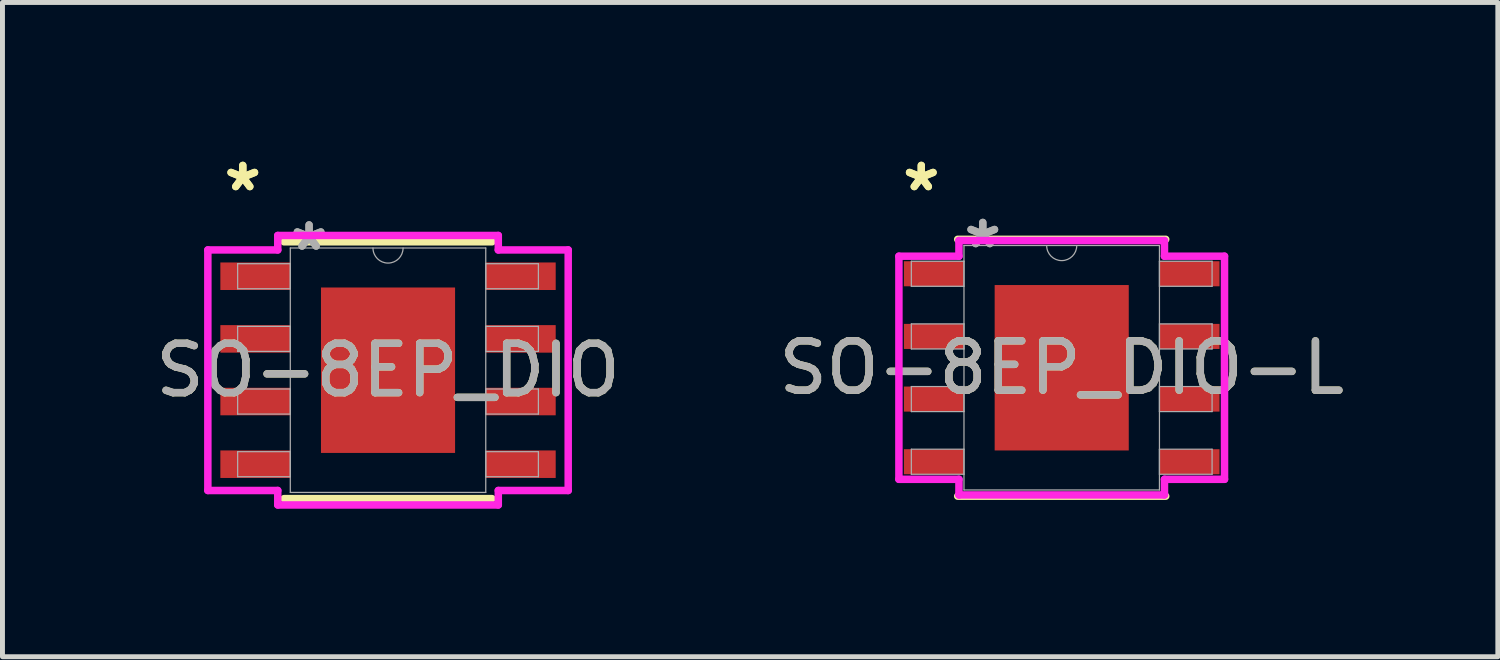
<source format=kicad_pcb>
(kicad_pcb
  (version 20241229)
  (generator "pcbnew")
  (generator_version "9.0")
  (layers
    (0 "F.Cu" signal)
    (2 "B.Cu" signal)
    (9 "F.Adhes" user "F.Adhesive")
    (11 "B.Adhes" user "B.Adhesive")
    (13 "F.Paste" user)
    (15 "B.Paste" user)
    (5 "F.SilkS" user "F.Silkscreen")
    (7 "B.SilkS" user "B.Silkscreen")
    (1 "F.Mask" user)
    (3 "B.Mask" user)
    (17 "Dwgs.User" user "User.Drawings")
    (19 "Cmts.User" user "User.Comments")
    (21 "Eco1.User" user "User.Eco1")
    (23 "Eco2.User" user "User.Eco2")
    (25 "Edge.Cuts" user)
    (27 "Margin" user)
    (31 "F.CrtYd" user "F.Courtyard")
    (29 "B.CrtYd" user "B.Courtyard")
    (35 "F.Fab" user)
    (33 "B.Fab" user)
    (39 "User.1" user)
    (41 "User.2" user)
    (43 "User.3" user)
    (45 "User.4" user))
  (footprint "SO-8EP_DIO-L"
    (layer "F.Cu")
    (at 18.47 4.404)
    (property "Reference" "SO-8EP_DIO-L" (at 0 0 0) (unlocked yes) (layer "F.SilkS") (effects (font (size 1 1) (thickness 0.15))))
    (attr smd)
    (fp_line (start -2.108 2.603) (end 2.108 2.603) (stroke (width 0.152) (type solid)) (layer "F.SilkS"))
    (fp_line (start 2.108 -2.603) (end -2.108 -2.603) (stroke (width 0.152) (type solid)) (layer "F.SilkS"))
    (fp_poly (pts (xy -1.259 -1.576) (xy -1.259 -0.1) (xy -0.1 -0.1) (xy -0.1 -1.576)) (stroke (width 0) (type solid)) (fill yes) (layer "F.Paste"))
    (fp_poly (pts (xy -1.259 0.1) (xy -1.259 1.576) (xy -0.1 1.576) (xy -0.1 0.1)) (stroke (width 0) (type solid)) (fill yes) (layer "F.Paste"))
    (fp_poly (pts (xy 0.1 -1.576) (xy 0.1 -0.1) (xy 1.259 -0.1) (xy 1.259 -1.576)) (stroke (width 0) (type solid)) (fill yes) (layer "F.Paste"))
    (fp_poly (pts (xy 0.1 0.1) (xy 0.1 1.576) (xy 1.259 1.576) (xy 1.259 0.1)) (stroke (width 0) (type solid)) (fill yes) (layer "F.Paste"))
    (fp_line (start -3.3 -2.261) (end -2.083 -2.261) (stroke (width 0.152) (type solid)) (layer "F.CrtYd"))
    (fp_line (start -3.3 2.261) (end -3.3 -2.261) (stroke (width 0.152) (type solid)) (layer "F.CrtYd"))
    (fp_line (start -3.3 2.261) (end -2.083 2.261) (stroke (width 0.152) (type solid)) (layer "F.CrtYd"))
    (fp_line (start -2.083 -2.578) (end 2.083 -2.578) (stroke (width 0.152) (type solid)) (layer "F.CrtYd"))
    (fp_line (start -2.083 -2.261) (end -2.083 -2.578) (stroke (width 0.152) (type solid)) (layer "F.CrtYd"))
    (fp_line (start -2.083 2.578) (end -2.083 2.261) (stroke (width 0.152) (type solid)) (layer "F.CrtYd"))
    (fp_line (start 2.083 -2.578) (end 2.083 -2.261) (stroke (width 0.152) (type solid)) (layer "F.CrtYd"))
    (fp_line (start 2.083 2.261) (end 2.083 2.578) (stroke (width 0.152) (type solid)) (layer "F.CrtYd"))
    (fp_line (start 2.083 2.578) (end -2.083 2.578) (stroke (width 0.152) (type solid)) (layer "F.CrtYd"))
    (fp_line (start 3.3 -2.261) (end 2.083 -2.261) (stroke (width 0.152) (type solid)) (layer "F.CrtYd"))
    (fp_line (start 3.3 -2.261) (end 3.3 2.261) (stroke (width 0.152) (type solid)) (layer "F.CrtYd"))
    (fp_line (start 3.3 2.261) (end 2.083 2.261) (stroke (width 0.152) (type solid)) (layer "F.CrtYd"))
    (fp_line (start -3.048 -2.159) (end -3.048 -1.651) (stroke (width 0.025) (type solid)) (layer "F.Fab"))
    (fp_line (start -3.048 -1.651) (end -1.981 -1.651) (stroke (width 0.025) (type solid)) (layer "F.Fab"))
    (fp_line (start -3.048 -0.889) (end -3.048 -0.381) (stroke (width 0.025) (type solid)) (layer "F.Fab"))
    (fp_line (start -3.048 -0.381) (end -1.981 -0.381) (stroke (width 0.025) (type solid)) (layer "F.Fab"))
    (fp_line (start -3.048 0.381) (end -3.048 0.889) (stroke (width 0.025) (type solid)) (layer "F.Fab"))
    (fp_line (start -3.048 0.889) (end -1.981 0.889) (stroke (width 0.025) (type solid)) (layer "F.Fab"))
    (fp_line (start -3.048 1.651) (end -3.048 2.159) (stroke (width 0.025) (type solid)) (layer "F.Fab"))
    (fp_line (start -3.048 2.159) (end -1.981 2.159) (stroke (width 0.025) (type solid)) (layer "F.Fab"))
    (fp_line (start -1.981 -2.477) (end -1.981 2.477) (stroke (width 0.025) (type solid)) (layer "F.Fab"))
    (fp_line (start -1.981 -2.159) (end -3.048 -2.159) (stroke (width 0.025) (type solid)) (layer "F.Fab"))
    (fp_line (start -1.981 -1.651) (end -1.981 -2.159) (stroke (width 0.025) (type solid)) (layer "F.Fab"))
    (fp_line (start -1.981 -0.889) (end -3.048 -0.889) (stroke (width 0.025) (type solid)) (layer "F.Fab"))
    (fp_line (start -1.981 -0.381) (end -1.981 -0.889) (stroke (width 0.025) (type solid)) (layer "F.Fab"))
    (fp_line (start -1.981 0.381) (end -3.048 0.381) (stroke (width 0.025) (type solid)) (layer "F.Fab"))
    (fp_line (start -1.981 0.889) (end -1.981 0.381) (stroke (width 0.025) (type solid)) (layer "F.Fab"))
    (fp_line (start -1.981 1.651) (end -3.048 1.651) (stroke (width 0.025) (type solid)) (layer "F.Fab"))
    (fp_line (start -1.981 2.159) (end -1.981 1.651) (stroke (width 0.025) (type solid)) (layer "F.Fab"))
    (fp_line (start -1.981 2.477) (end 1.981 2.477) (stroke (width 0.025) (type solid)) (layer "F.Fab"))
    (fp_line (start 1.981 -2.477) (end -1.981 -2.477) (stroke (width 0.025) (type solid)) (layer "F.Fab"))
    (fp_line (start 1.981 -2.159) (end 1.981 -1.651) (stroke (width 0.025) (type solid)) (layer "F.Fab"))
    (fp_line (start 1.981 -1.651) (end 3.048 -1.651) (stroke (width 0.025) (type solid)) (layer "F.Fab"))
    (fp_line (start 1.981 -0.889) (end 1.981 -0.381) (stroke (width 0.025) (type solid)) (layer "F.Fab"))
    (fp_line (start 1.981 -0.381) (end 3.048 -0.381) (stroke (width 0.025) (type solid)) (layer "F.Fab"))
    (fp_line (start 1.981 0.381) (end 1.981 0.889) (stroke (width 0.025) (type solid)) (layer "F.Fab"))
    (fp_line (start 1.981 0.889) (end 3.048 0.889) (stroke (width 0.025) (type solid)) (layer "F.Fab"))
    (fp_line (start 1.981 1.651) (end 1.981 2.159) (stroke (width 0.025) (type solid)) (layer "F.Fab"))
    (fp_line (start 1.981 2.159) (end 3.048 2.159) (stroke (width 0.025) (type solid)) (layer "F.Fab"))
    (fp_line (start 1.981 2.477) (end 1.981 -2.477) (stroke (width 0.025) (type solid)) (layer "F.Fab"))
    (fp_line (start 3.048 -2.159) (end 1.981 -2.159) (stroke (width 0.025) (type solid)) (layer "F.Fab"))
    (fp_line (start 3.048 -1.651) (end 3.048 -2.159) (stroke (width 0.025) (type solid)) (layer "F.Fab"))
    (fp_line (start 3.048 -0.889) (end 1.981 -0.889) (stroke (width 0.025) (type solid)) (layer "F.Fab"))
    (fp_line (start 3.048 -0.381) (end 3.048 -0.889) (stroke (width 0.025) (type solid)) (layer "F.Fab"))
    (fp_line (start 3.048 0.381) (end 1.981 0.381) (stroke (width 0.025) (type solid)) (layer "F.Fab"))
    (fp_line (start 3.048 0.889) (end 3.048 0.381) (stroke (width 0.025) (type solid)) (layer "F.Fab"))
    (fp_line (start 3.048 1.651) (end 1.981 1.651) (stroke (width 0.025) (type solid)) (layer "F.Fab"))
    (fp_line (start 3.048 2.159) (end 3.048 1.651) (stroke (width 0.025) (type solid)) (layer "F.Fab"))
    (fp_arc (start 0.3048 -2.4765) (mid 0 -2.1717) (end -0.3048 -2.4765) (stroke (width 0.0254) (type solid)) (layer "F.Fab"))
    (fp_text user "*" (at -2.846 -3.556 0) (unlocked yes) (layer "F.SilkS") (effects (font (size 1 1) (thickness 0.15))))
    (fp_text user "*" (at -2.846 -3.556 0) (layer "F.SilkS") (effects (font (size 1 1) (thickness 0.15))))
    (fp_text user "${REFERENCE}" (at 0 0 0) (unlocked yes) (layer "F.Fab") (effects (font (size 1 1) (thickness 0.15))))
    (fp_text user "*" (at -1.6 -2.4 0) (unlocked yes) (layer "F.Fab") (effects (font (size 1 1) (thickness 0.15))))
    (fp_text user "*" (at -1.6 -2.4 0) (layer "F.Fab") (effects (font (size 1 1) (thickness 0.15))))
    (pad "1" smd rect (at -2.592 -1.905) (size 1.213 0.508) (layers "F.Cu" "F.Mask" "F.Paste"))
    (pad "2" smd rect (at -2.592 -0.635) (size 1.213 0.508) (layers "F.Cu" "F.Mask" "F.Paste"))
    (pad "3" smd rect (at -2.592 0.635) (size 1.213 0.508) (layers "F.Cu" "F.Mask" "F.Paste"))
    (pad "4" smd rect (at -2.592 1.905) (size 1.213 0.508) (layers "F.Cu" "F.Mask" "F.Paste"))
    (pad "5" smd rect (at 2.592 1.905) (size 1.213 0.508) (layers "F.Cu" "F.Mask" "F.Paste"))
    (pad "6" smd rect (at 2.592 0.635) (size 1.213 0.508) (layers "F.Cu" "F.Mask" "F.Paste"))
    (pad "7" smd rect (at 2.592 -0.635) (size 1.213 0.508) (layers "F.Cu" "F.Mask" "F.Paste"))
    (pad "8" smd rect (at 2.592 -1.905) (size 1.213 0.508) (layers "F.Cu" "F.Mask" "F.Paste"))
    (pad "EPAD" smd rect (at 0 0) (size 2.718 3.353) (layers "F.Cu" "F.Mask")))
  (footprint "SO-8EP_DIO"
    (layer "F.Cu")
    (at 4.815 4.454)
    (property "Reference" "SO-8EP_DIO" (at 0 0 0) (unlocked yes) (layer "F.SilkS") (effects (font (size 1 1) (thickness 0.15))))
    (attr smd)
    (fp_line (start -2.108 2.603) (end 2.108 2.603) (stroke (width 0.152) (type solid)) (layer "F.SilkS"))
    (fp_line (start 2.108 -2.603) (end -2.108 -2.603) (stroke (width 0.152) (type solid)) (layer "F.SilkS"))
    (fp_poly (pts (xy -1.259 -1.576) (xy -1.259 -0.1) (xy -0.1 -0.1) (xy -0.1 -1.576)) (stroke (width 0) (type solid)) (fill yes) (layer "F.Paste"))
    (fp_poly (pts (xy -1.259 0.1) (xy -1.259 1.576) (xy -0.1 1.576) (xy -0.1 0.1)) (stroke (width 0) (type solid)) (fill yes) (layer "F.Paste"))
    (fp_poly (pts (xy 0.1 -1.576) (xy 0.1 -0.1) (xy 1.259 -0.1) (xy 1.259 -1.576)) (stroke (width 0) (type solid)) (fill yes) (layer "F.Paste"))
    (fp_poly (pts (xy 0.1 0.1) (xy 0.1 1.576) (xy 1.259 1.576) (xy 1.259 0.1)) (stroke (width 0) (type solid)) (fill yes) (layer "F.Paste"))
    (fp_line (start -3.652 -2.438) (end -2.235 -2.438) (stroke (width 0.152) (type solid)) (layer "F.CrtYd"))
    (fp_line (start -3.652 2.438) (end -3.652 -2.438) (stroke (width 0.152) (type solid)) (layer "F.CrtYd"))
    (fp_line (start -3.652 2.438) (end -2.235 2.438) (stroke (width 0.152) (type solid)) (layer "F.CrtYd"))
    (fp_line (start -2.235 -2.731) (end 2.235 -2.731) (stroke (width 0.152) (type solid)) (layer "F.CrtYd"))
    (fp_line (start -2.235 -2.438) (end -2.235 -2.731) (stroke (width 0.152) (type solid)) (layer "F.CrtYd"))
    (fp_line (start -2.235 2.731) (end -2.235 2.438) (stroke (width 0.152) (type solid)) (layer "F.CrtYd"))
    (fp_line (start 2.235 -2.731) (end 2.235 -2.438) (stroke (width 0.152) (type solid)) (layer "F.CrtYd"))
    (fp_line (start 2.235 2.438) (end 2.235 2.731) (stroke (width 0.152) (type solid)) (layer "F.CrtYd"))
    (fp_line (start 2.235 2.731) (end -2.235 2.731) (stroke (width 0.152) (type solid)) (layer "F.CrtYd"))
    (fp_line (start 3.652 -2.438) (end 2.235 -2.438) (stroke (width 0.152) (type solid)) (layer "F.CrtYd"))
    (fp_line (start 3.652 -2.438) (end 3.652 2.438) (stroke (width 0.152) (type solid)) (layer "F.CrtYd"))
    (fp_line (start 3.652 2.438) (end 2.235 2.438) (stroke (width 0.152) (type solid)) (layer "F.CrtYd"))
    (fp_line (start -3.048 -2.159) (end -3.048 -1.651) (stroke (width 0.025) (type solid)) (layer "F.Fab"))
    (fp_line (start -3.048 -1.651) (end -1.981 -1.651) (stroke (width 0.025) (type solid)) (layer "F.Fab"))
    (fp_line (start -3.048 -0.889) (end -3.048 -0.381) (stroke (width 0.025) (type solid)) (layer "F.Fab"))
    (fp_line (start -3.048 -0.381) (end -1.981 -0.381) (stroke (width 0.025) (type solid)) (layer "F.Fab"))
    (fp_line (start -3.048 0.381) (end -3.048 0.889) (stroke (width 0.025) (type solid)) (layer "F.Fab"))
    (fp_line (start -3.048 0.889) (end -1.981 0.889) (stroke (width 0.025) (type solid)) (layer "F.Fab"))
    (fp_line (start -3.048 1.651) (end -3.048 2.159) (stroke (width 0.025) (type solid)) (layer "F.Fab"))
    (fp_line (start -3.048 2.159) (end -1.981 2.159) (stroke (width 0.025) (type solid)) (layer "F.Fab"))
    (fp_line (start -1.981 -2.477) (end -1.981 2.477) (stroke (width 0.025) (type solid)) (layer "F.Fab"))
    (fp_line (start -1.981 -2.159) (end -3.048 -2.159) (stroke (width 0.025) (type solid)) (layer "F.Fab"))
    (fp_line (start -1.981 -1.651) (end -1.981 -2.159) (stroke (width 0.025) (type solid)) (layer "F.Fab"))
    (fp_line (start -1.981 -0.889) (end -3.048 -0.889) (stroke (width 0.025) (type solid)) (layer "F.Fab"))
    (fp_line (start -1.981 -0.381) (end -1.981 -0.889) (stroke (width 0.025) (type solid)) (layer "F.Fab"))
    (fp_line (start -1.981 0.381) (end -3.048 0.381) (stroke (width 0.025) (type solid)) (layer "F.Fab"))
    (fp_line (start -1.981 0.889) (end -1.981 0.381) (stroke (width 0.025) (type solid)) (layer "F.Fab"))
    (fp_line (start -1.981 1.651) (end -3.048 1.651) (stroke (width 0.025) (type solid)) (layer "F.Fab"))
    (fp_line (start -1.981 2.159) (end -1.981 1.651) (stroke (width 0.025) (type solid)) (layer "F.Fab"))
    (fp_line (start -1.981 2.477) (end 1.981 2.477) (stroke (width 0.025) (type solid)) (layer "F.Fab"))
    (fp_line (start 1.981 -2.477) (end -1.981 -2.477) (stroke (width 0.025) (type solid)) (layer "F.Fab"))
    (fp_line (start 1.981 -2.159) (end 1.981 -1.651) (stroke (width 0.025) (type solid)) (layer "F.Fab"))
    (fp_line (start 1.981 -1.651) (end 3.048 -1.651) (stroke (width 0.025) (type solid)) (layer "F.Fab"))
    (fp_line (start 1.981 -0.889) (end 1.981 -0.381) (stroke (width 0.025) (type solid)) (layer "F.Fab"))
    (fp_line (start 1.981 -0.381) (end 3.048 -0.381) (stroke (width 0.025) (type solid)) (layer "F.Fab"))
    (fp_line (start 1.981 0.381) (end 1.981 0.889) (stroke (width 0.025) (type solid)) (layer "F.Fab"))
    (fp_line (start 1.981 0.889) (end 3.048 0.889) (stroke (width 0.025) (type solid)) (layer "F.Fab"))
    (fp_line (start 1.981 1.651) (end 1.981 2.159) (stroke (width 0.025) (type solid)) (layer "F.Fab"))
    (fp_line (start 1.981 2.159) (end 3.048 2.159) (stroke (width 0.025) (type solid)) (layer "F.Fab"))
    (fp_line (start 1.981 2.477) (end 1.981 -2.477) (stroke (width 0.025) (type solid)) (layer "F.Fab"))
    (fp_line (start 3.048 -2.159) (end 1.981 -2.159) (stroke (width 0.025) (type solid)) (layer "F.Fab"))
    (fp_line (start 3.048 -1.651) (end 3.048 -2.159) (stroke (width 0.025) (type solid)) (layer "F.Fab"))
    (fp_line (start 3.048 -0.889) (end 1.981 -0.889) (stroke (width 0.025) (type solid)) (layer "F.Fab"))
    (fp_line (start 3.048 -0.381) (end 3.048 -0.889) (stroke (width 0.025) (type solid)) (layer "F.Fab"))
    (fp_line (start 3.048 0.381) (end 1.981 0.381) (stroke (width 0.025) (type solid)) (layer "F.Fab"))
    (fp_line (start 3.048 0.889) (end 3.048 0.381) (stroke (width 0.025) (type solid)) (layer "F.Fab"))
    (fp_line (start 3.048 1.651) (end 1.981 1.651) (stroke (width 0.025) (type solid)) (layer "F.Fab"))
    (fp_line (start 3.048 2.159) (end 3.048 1.651) (stroke (width 0.025) (type solid)) (layer "F.Fab"))
    (fp_arc (start 0.3048 -2.4765) (mid 0 -2.1717) (end -0.3048 -2.4765) (stroke (width 0.0254) (type solid)) (layer "F.Fab"))
    (fp_text user "*" (at -2.944 -3.606 0) (unlocked yes) (layer "F.SilkS") (effects (font (size 1 1) (thickness 0.15))))
    (fp_text user "*" (at -2.944 -3.606 0) (layer "F.SilkS") (effects (font (size 1 1) (thickness 0.15))))
    (fp_text user "*" (at -1.6 -2.4 0) (layer "F.Fab") (effects (font (size 1 1) (thickness 0.15))))
    (fp_text user "${REFERENCE}" (at 0 0 0) (unlocked yes) (layer "F.Fab") (effects (font (size 1 1) (thickness 0.15))))
    (fp_text user "*" (at -1.6 -2.4 0) (unlocked yes) (layer "F.Fab") (effects (font (size 1 1) (thickness 0.15))))
    (pad "1" smd rect (at -2.69 -1.905) (size 1.417 0.558) (layers "F.Cu" "F.Mask" "F.Paste"))
    (pad "2" smd rect (at -2.69 -0.635) (size 1.417 0.558) (layers "F.Cu" "F.Mask" "F.Paste"))
    (pad "3" smd rect (at -2.69 0.635) (size 1.417 0.558) (layers "F.Cu" "F.Mask" "F.Paste"))
    (pad "4" smd rect (at -2.69 1.905) (size 1.417 0.558) (layers "F.Cu" "F.Mask" "F.Paste"))
    (pad "5" smd rect (at 2.69 1.905) (size 1.417 0.558) (layers "F.Cu" "F.Mask" "F.Paste"))
    (pad "6" smd rect (at 2.69 0.635) (size 1.417 0.558) (layers "F.Cu" "F.Mask" "F.Paste"))
    (pad "7" smd rect (at 2.69 -0.635) (size 1.417 0.558) (layers "F.Cu" "F.Mask" "F.Paste"))
    (pad "8" smd rect (at 2.69 -1.905) (size 1.417 0.558) (layers "F.Cu" "F.Mask" "F.Paste"))
    (pad "EPAD" smd rect (at 0 0) (size 2.718 3.353) (layers "F.Cu" "F.Mask")))
  (gr_rect
    (start -3 -3)
    (end 27.31 10.261)
    (stroke (width 0.1) (type default))
    (fill no)
    (layer "Edge.Cuts")))
</source>
